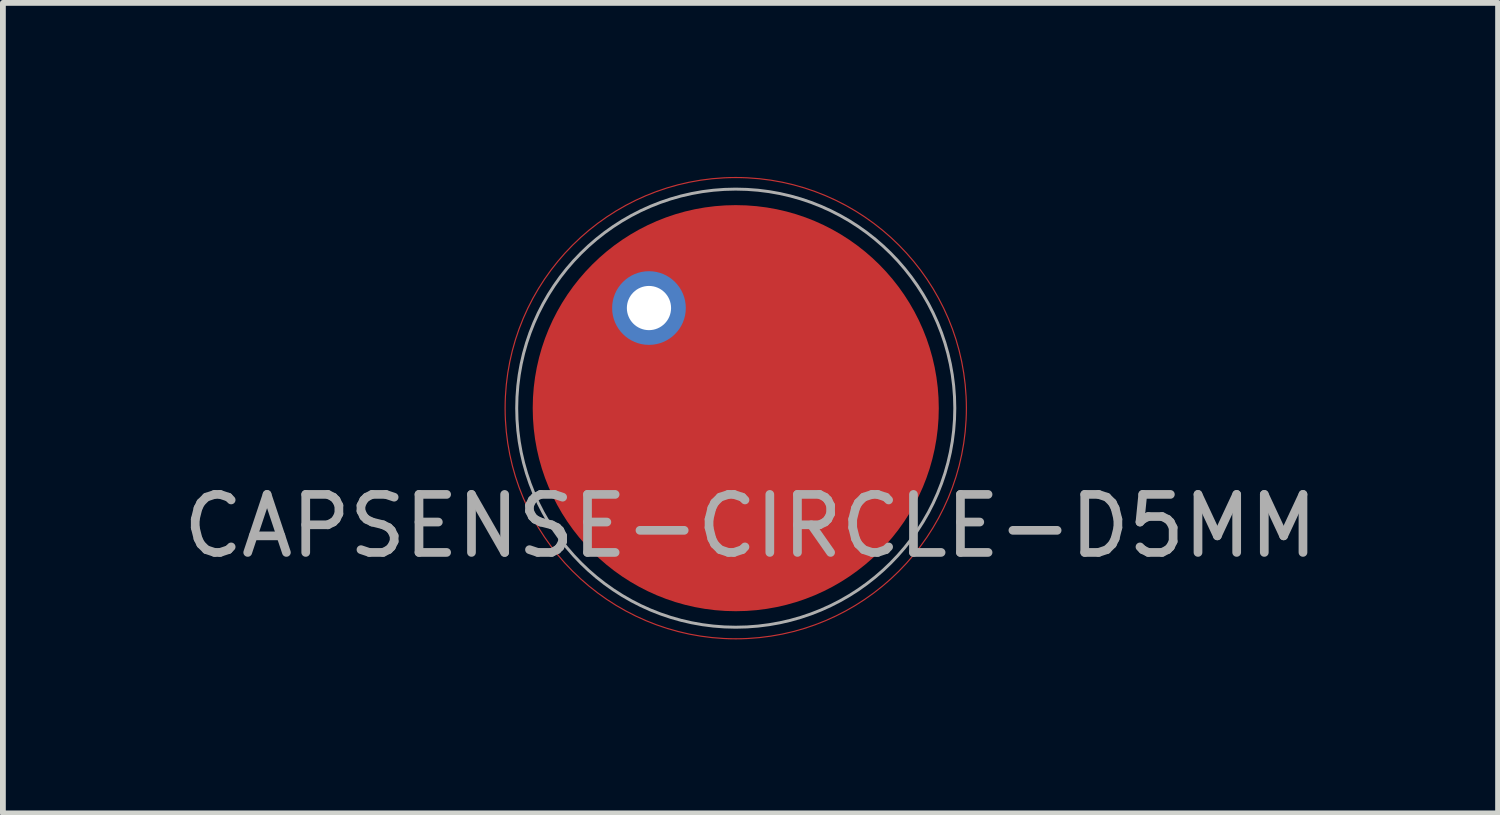
<source format=kicad_pcb>
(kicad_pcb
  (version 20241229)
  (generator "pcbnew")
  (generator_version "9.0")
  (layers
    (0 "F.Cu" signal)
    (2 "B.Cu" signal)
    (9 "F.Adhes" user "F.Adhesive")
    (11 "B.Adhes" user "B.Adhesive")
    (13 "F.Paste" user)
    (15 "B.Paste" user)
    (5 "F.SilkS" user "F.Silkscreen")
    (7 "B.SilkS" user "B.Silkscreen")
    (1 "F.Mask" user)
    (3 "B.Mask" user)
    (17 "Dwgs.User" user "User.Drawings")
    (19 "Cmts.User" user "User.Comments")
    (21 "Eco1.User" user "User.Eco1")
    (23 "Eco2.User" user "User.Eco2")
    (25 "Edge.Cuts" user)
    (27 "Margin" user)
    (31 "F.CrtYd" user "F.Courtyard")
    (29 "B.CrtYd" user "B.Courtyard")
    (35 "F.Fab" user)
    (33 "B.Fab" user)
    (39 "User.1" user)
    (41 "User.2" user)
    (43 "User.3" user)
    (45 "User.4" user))
  (footprint "CAPSENSE-CIRCLE-D5MM"
    (layer "F.Cu")
    (at 9.633 3.986)
    (property "Reference" "CAPSENSE-CIRCLE-D5MM" (at 0.254 2.032 0) (layer "F.Fab") (effects (font (size 1 1) (thickness 0.15))))
    (attr exclude_from_pos_files exclude_from_bom)
    (fp_circle (center 0 0) (end 1.778 -3.556) (stroke (width 0.02) (type solid)) (fill no) (layer "F.Cu"))
    (fp_circle (center 0 0) (end 2.54 -2.794) (stroke (width 0.051) (type solid)) (fill no) (layer "F.Fab"))
    (pad "1" smd circle (at 0 0) (size 7 7) (layers "F.Cu"))
    (pad "2" thru_hole circle (at -1.496 -1.726) (size 1.27 1.27) (drill 0.762) (layers "*.Cu")))
  (gr_rect
    (start -3 -3)
    (end 22.774 10.971)
    (stroke (width 0.1) (type default))
    (fill no)
    (layer "Edge.Cuts")))
</source>
